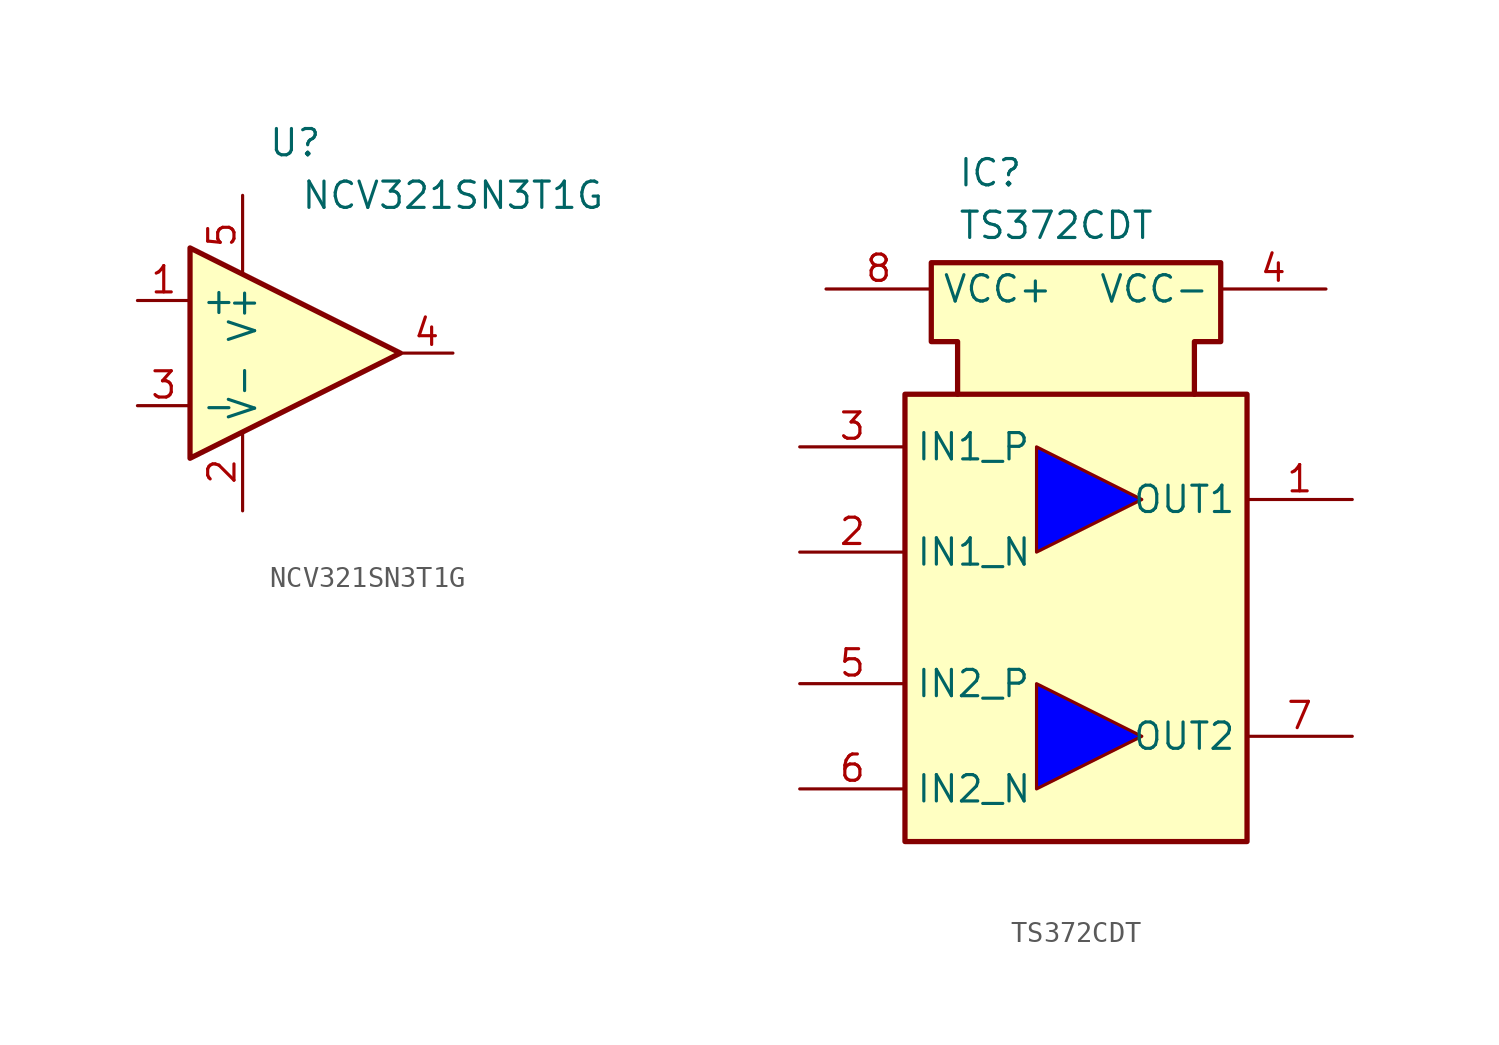
<source format=kicad_sym>
(kicad_symbol_lib
  (version 20220914)
  (generator kicad_symbol_editor)
  (symbol "NCV321SN3T1G"
    (property "Reference" "U"
      (at 2.54 10.16 0)
      (effects (font (size 1.27 1.27))))
    (property "Value" "NCV321SN3T1G "
      (at 10.16 7.62 0)
      (effects (font (size 1.27 1.27))))
    (symbol "NCV321SN3T1G_0_1"
      (polyline (pts (xy -2.54 5.08) (xy 7.62 0) (xy -2.54 -5.08) (xy -2.54 5.08)) (stroke (width 0.254) (type default)) (fill (type background)))
      (pin power_in line (at 0 -7.62 90) (length 3.81) (name "V-" (effects (font (size 1.27 1.27)))) (number "2" (effects (font (size 1.27 1.27)))))
      (pin power_in line (at 0 7.62 270) (length 3.81) (name "V+" (effects (font (size 1.27 1.27)))) (number "5" (effects (font (size 1.27 1.27))))))
    (symbol "NCV321SN3T1G_1_1"
      (pin input line (at -5.08 2.54 0) (length 2.54) (name "+" (effects (font (size 1.27 1.27)))) (number "1" (effects (font (size 1.27 1.27)))))
      (pin input line (at -5.08 -2.54 0) (length 2.54) (name "-" (effects (font (size 1.27 1.27)))) (number "3" (effects (font (size 1.27 1.27)))))
      (pin output line (at 10.16 0 180) (length 2.54) (name "~" (effects (font (size 1.27 1.27)))) (number "4" (effects (font (size 1.27 1.27)))))))
  (symbol "TS372CDT"
    (property "Reference" "IC"
      (at 2.54 25.4 0)
      (effects (font (size 1.27 1.27)) (justify left top)))
    (property "Value" "TS372CDT"
      (at 2.54 22.86 0)
      (effects (font (size 1.27 1.27)) (justify left top)))
    (symbol "TS372CDT_1_1"
      (polyline (pts (xy 6.35 0) (xy 6.35 -5.08) (xy 11.43 -2.54) (xy 6.35 0)) (stroke (width 0) (type default)) (fill (type color) (color 0 0 255 1)))
      (polyline (pts (xy 6.35 11.43) (xy 6.35 6.35) (xy 11.43 8.89) (xy 6.35 11.43)) (stroke (width 0) (type default)) (fill (type color) (color 0 0 255 1)))
      (polyline (pts (xy 2.54 13.97) (xy 2.54 16.51) (xy 1.27 16.51) (xy 1.27 20.32) (xy 15.24 20.32) (xy 15.24 16.51) (xy 13.97 16.51) (xy 13.97 13.97)) (stroke (width 0.254) (type default)) (fill (type background)))
      (rectangle (start 0 13.97) (end 16.51 -7.62) (stroke (width 0.254) (type default)) (fill (type background)))
      (pin passive line (at 21.59 8.89 180) (length 5.08) (name "OUT1" (effects (font (size 1.27 1.27)))) (number "1" (effects (font (size 1.27 1.27)))))
      (pin passive line (at -5.08 6.35 0) (length 5.08) (name "IN1_N" (effects (font (size 1.27 1.27)))) (number "2" (effects (font (size 1.27 1.27)))))
      (pin passive line (at -5.08 11.43 0) (length 5.08) (name "IN1_P" (effects (font (size 1.27 1.27)))) (number "3" (effects (font (size 1.27 1.27)))))
      (pin passive line (at 20.32 19.05 180) (length 5.08) (name "VCC-" (effects (font (size 1.27 1.27)))) (number "4" (effects (font (size 1.27 1.27)))))
      (pin passive line (at -5.08 0 0) (length 5.08) (name "IN2_P" (effects (font (size 1.27 1.27)))) (number "5" (effects (font (size 1.27 1.27)))))
      (pin passive line (at -5.08 -5.08 0) (length 5.08) (name "IN2_N" (effects (font (size 1.27 1.27)))) (number "6" (effects (font (size 1.27 1.27)))))
      (pin passive line (at 21.59 -2.54 180) (length 5.08) (name "OUT2" (effects (font (size 1.27 1.27)))) (number "7" (effects (font (size 1.27 1.27)))))
      (pin passive line (at -3.81 19.05 0) (length 5.08) (name "VCC+" (effects (font (size 1.27 1.27)))) (number "8" (effects (font (size 1.27 1.27))))))))
</source>
